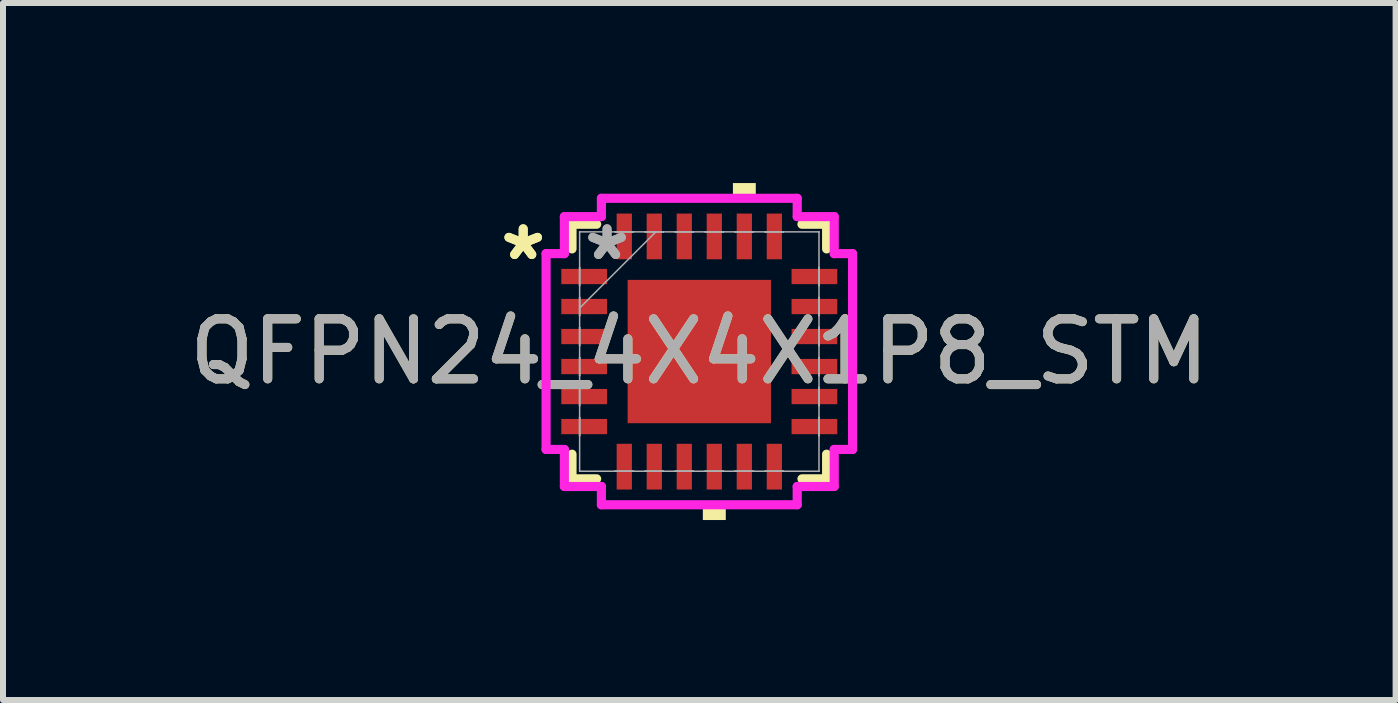
<source format=kicad_pcb>
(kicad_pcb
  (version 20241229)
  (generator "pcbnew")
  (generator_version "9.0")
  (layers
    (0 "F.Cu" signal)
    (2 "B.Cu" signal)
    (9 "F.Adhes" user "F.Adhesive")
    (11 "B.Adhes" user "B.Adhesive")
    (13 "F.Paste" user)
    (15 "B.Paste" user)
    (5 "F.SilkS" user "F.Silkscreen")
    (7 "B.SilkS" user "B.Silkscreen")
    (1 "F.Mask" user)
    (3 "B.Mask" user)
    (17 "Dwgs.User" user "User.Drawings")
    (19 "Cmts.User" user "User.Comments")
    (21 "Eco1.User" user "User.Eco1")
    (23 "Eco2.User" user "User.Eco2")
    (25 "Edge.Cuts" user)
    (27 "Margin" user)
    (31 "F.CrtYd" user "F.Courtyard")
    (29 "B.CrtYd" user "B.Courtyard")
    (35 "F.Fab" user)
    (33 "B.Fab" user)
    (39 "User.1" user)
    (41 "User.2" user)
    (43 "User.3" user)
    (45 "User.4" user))
  (footprint "QFPN24_4X4X1P8_STM"
    (layer "F.Cu")
    (at 8.601 2.807)
    (property "Reference" "QFPN24_4X4X1P8_STM" (at 0 0 0) (unlocked yes) (layer "F.SilkS") (effects (font (size 1 1) (thickness 0.15))))
    (attr smd)
    (fp_line (start -2.121 -2.121) (end -2.121 -1.71) (stroke (width 0.152) (type solid)) (layer "F.SilkS"))
    (fp_line (start -2.121 1.71) (end -2.121 2.121) (stroke (width 0.152) (type solid)) (layer "F.SilkS"))
    (fp_line (start -2.121 2.121) (end -1.71 2.121) (stroke (width 0.152) (type solid)) (layer "F.SilkS"))
    (fp_line (start -1.71 -2.121) (end -2.121 -2.121) (stroke (width 0.152) (type solid)) (layer "F.SilkS"))
    (fp_line (start 1.71 2.121) (end 2.121 2.121) (stroke (width 0.152) (type solid)) (layer "F.SilkS"))
    (fp_line (start 2.121 -2.121) (end 1.71 -2.121) (stroke (width 0.152) (type solid)) (layer "F.SilkS"))
    (fp_line (start 2.121 -1.71) (end 2.121 -2.121) (stroke (width 0.152) (type solid)) (layer "F.SilkS"))
    (fp_line (start 2.121 2.121) (end 2.121 1.71) (stroke (width 0.152) (type solid)) (layer "F.SilkS"))
    (fp_poly (pts (xy 0.059 2.553) (xy 0.059 2.807) (xy 0.441 2.807) (xy 0.441 2.553)) (stroke (width 0) (type solid)) (fill yes) (layer "F.SilkS"))
    (fp_poly (pts (xy 0.56 -2.553) (xy 0.56 -2.807) (xy 0.941 -2.807) (xy 0.941 -2.553)) (stroke (width 0) (type solid)) (fill yes) (layer "F.SilkS"))
    (fp_line (start -2.553 -1.631) (end -2.248 -1.631) (stroke (width 0.152) (type solid)) (layer "F.CrtYd"))
    (fp_line (start -2.553 1.631) (end -2.553 -1.631) (stroke (width 0.152) (type solid)) (layer "F.CrtYd"))
    (fp_line (start -2.248 -2.248) (end -1.631 -2.248) (stroke (width 0.152) (type solid)) (layer "F.CrtYd"))
    (fp_line (start -2.248 -1.631) (end -2.248 -2.248) (stroke (width 0.152) (type solid)) (layer "F.CrtYd"))
    (fp_line (start -2.248 1.631) (end -2.553 1.631) (stroke (width 0.152) (type solid)) (layer "F.CrtYd"))
    (fp_line (start -2.248 2.248) (end -2.248 1.631) (stroke (width 0.152) (type solid)) (layer "F.CrtYd"))
    (fp_line (start -1.631 -2.553) (end 1.631 -2.553) (stroke (width 0.152) (type solid)) (layer "F.CrtYd"))
    (fp_line (start -1.631 -2.248) (end -1.631 -2.553) (stroke (width 0.152) (type solid)) (layer "F.CrtYd"))
    (fp_line (start -1.631 2.248) (end -2.248 2.248) (stroke (width 0.152) (type solid)) (layer "F.CrtYd"))
    (fp_line (start -1.631 2.553) (end -1.631 2.248) (stroke (width 0.152) (type solid)) (layer "F.CrtYd"))
    (fp_line (start 1.631 -2.553) (end 1.631 -2.248) (stroke (width 0.152) (type solid)) (layer "F.CrtYd"))
    (fp_line (start 1.631 -2.248) (end 2.248 -2.248) (stroke (width 0.152) (type solid)) (layer "F.CrtYd"))
    (fp_line (start 1.631 2.248) (end 1.631 2.553) (stroke (width 0.152) (type solid)) (layer "F.CrtYd"))
    (fp_line (start 1.631 2.553) (end -1.631 2.553) (stroke (width 0.152) (type solid)) (layer "F.CrtYd"))
    (fp_line (start 2.248 -2.248) (end 2.248 -1.631) (stroke (width 0.152) (type solid)) (layer "F.CrtYd"))
    (fp_line (start 2.248 -1.631) (end 2.553 -1.631) (stroke (width 0.152) (type solid)) (layer "F.CrtYd"))
    (fp_line (start 2.248 1.631) (end 2.248 2.248) (stroke (width 0.152) (type solid)) (layer "F.CrtYd"))
    (fp_line (start 2.248 2.248) (end 1.631 2.248) (stroke (width 0.152) (type solid)) (layer "F.CrtYd"))
    (fp_line (start 2.553 -1.631) (end 2.553 1.631) (stroke (width 0.152) (type solid)) (layer "F.CrtYd"))
    (fp_line (start 2.553 1.631) (end 2.248 1.631) (stroke (width 0.152) (type solid)) (layer "F.CrtYd"))
    (fp_line (start -1.994 -1.994) (end -1.994 -1.994) (stroke (width 0.025) (type solid)) (layer "F.Fab"))
    (fp_line (start -1.994 -1.994) (end -1.994 1.994) (stroke (width 0.025) (type solid)) (layer "F.Fab"))
    (fp_line (start -1.994 -1.402) (end -1.994 -1.402) (stroke (width 0.025) (type solid)) (layer "F.Fab"))
    (fp_line (start -1.994 -1.402) (end -1.994 -1.098) (stroke (width 0.025) (type solid)) (layer "F.Fab"))
    (fp_line (start -1.994 -1.098) (end -1.994 -1.402) (stroke (width 0.025) (type solid)) (layer "F.Fab"))
    (fp_line (start -1.994 -1.098) (end -1.994 -1.098) (stroke (width 0.025) (type solid)) (layer "F.Fab"))
    (fp_line (start -1.994 -0.902) (end -1.994 -0.902) (stroke (width 0.025) (type solid)) (layer "F.Fab"))
    (fp_line (start -1.994 -0.902) (end -1.994 -0.598) (stroke (width 0.025) (type solid)) (layer "F.Fab"))
    (fp_line (start -1.994 -0.724) (end -0.724 -1.994) (stroke (width 0.025) (type solid)) (layer "F.Fab"))
    (fp_line (start -1.994 -0.598) (end -1.994 -0.902) (stroke (width 0.025) (type solid)) (layer "F.Fab"))
    (fp_line (start -1.994 -0.598) (end -1.994 -0.598) (stroke (width 0.025) (type solid)) (layer "F.Fab"))
    (fp_line (start -1.994 -0.402) (end -1.994 -0.402) (stroke (width 0.025) (type solid)) (layer "F.Fab"))
    (fp_line (start -1.994 -0.402) (end -1.994 -0.098) (stroke (width 0.025) (type solid)) (layer "F.Fab"))
    (fp_line (start -1.994 -0.098) (end -1.994 -0.402) (stroke (width 0.025) (type solid)) (layer "F.Fab"))
    (fp_line (start -1.994 -0.098) (end -1.994 -0.098) (stroke (width 0.025) (type solid)) (layer "F.Fab"))
    (fp_line (start -1.994 0.098) (end -1.994 0.098) (stroke (width 0.025) (type solid)) (layer "F.Fab"))
    (fp_line (start -1.994 0.098) (end -1.994 0.402) (stroke (width 0.025) (type solid)) (layer "F.Fab"))
    (fp_line (start -1.994 0.402) (end -1.994 0.098) (stroke (width 0.025) (type solid)) (layer "F.Fab"))
    (fp_line (start -1.994 0.402) (end -1.994 0.402) (stroke (width 0.025) (type solid)) (layer "F.Fab"))
    (fp_line (start -1.994 0.598) (end -1.994 0.598) (stroke (width 0.025) (type solid)) (layer "F.Fab"))
    (fp_line (start -1.994 0.598) (end -1.994 0.902) (stroke (width 0.025) (type solid)) (layer "F.Fab"))
    (fp_line (start -1.994 0.902) (end -1.994 0.598) (stroke (width 0.025) (type solid)) (layer "F.Fab"))
    (fp_line (start -1.994 0.902) (end -1.994 0.902) (stroke (width 0.025) (type solid)) (layer "F.Fab"))
    (fp_line (start -1.994 1.098) (end -1.994 1.098) (stroke (width 0.025) (type solid)) (layer "F.Fab"))
    (fp_line (start -1.994 1.098) (end -1.994 1.402) (stroke (width 0.025) (type solid)) (layer "F.Fab"))
    (fp_line (start -1.994 1.402) (end -1.994 1.098) (stroke (width 0.025) (type solid)) (layer "F.Fab"))
    (fp_line (start -1.994 1.402) (end -1.994 1.402) (stroke (width 0.025) (type solid)) (layer "F.Fab"))
    (fp_line (start -1.994 1.994) (end -1.994 1.994) (stroke (width 0.025) (type solid)) (layer "F.Fab"))
    (fp_line (start -1.994 1.994) (end 1.994 1.994) (stroke (width 0.025) (type solid)) (layer "F.Fab"))
    (fp_line (start -1.402 -1.994) (end -1.402 -1.994) (stroke (width 0.025) (type solid)) (layer "F.Fab"))
    (fp_line (start -1.402 -1.994) (end -1.098 -1.994) (stroke (width 0.025) (type solid)) (layer "F.Fab"))
    (fp_line (start -1.402 1.994) (end -1.402 1.994) (stroke (width 0.025) (type solid)) (layer "F.Fab"))
    (fp_line (start -1.402 1.994) (end -1.098 1.994) (stroke (width 0.025) (type solid)) (layer "F.Fab"))
    (fp_line (start -1.098 -1.994) (end -1.402 -1.994) (stroke (width 0.025) (type solid)) (layer "F.Fab"))
    (fp_line (start -1.098 -1.994) (end -1.098 -1.994) (stroke (width 0.025) (type solid)) (layer "F.Fab"))
    (fp_line (start -1.098 1.994) (end -1.402 1.994) (stroke (width 0.025) (type solid)) (layer "F.Fab"))
    (fp_line (start -1.098 1.994) (end -1.098 1.994) (stroke (width 0.025) (type solid)) (layer "F.Fab"))
    (fp_line (start -0.902 -1.994) (end -0.902 -1.994) (stroke (width 0.025) (type solid)) (layer "F.Fab"))
    (fp_line (start -0.902 -1.994) (end -0.598 -1.994) (stroke (width 0.025) (type solid)) (layer "F.Fab"))
    (fp_line (start -0.902 1.994) (end -0.902 1.994) (stroke (width 0.025) (type solid)) (layer "F.Fab"))
    (fp_line (start -0.902 1.994) (end -0.598 1.994) (stroke (width 0.025) (type solid)) (layer "F.Fab"))
    (fp_line (start -0.598 -1.994) (end -0.902 -1.994) (stroke (width 0.025) (type solid)) (layer "F.Fab"))
    (fp_line (start -0.598 -1.994) (end -0.598 -1.994) (stroke (width 0.025) (type solid)) (layer "F.Fab"))
    (fp_line (start -0.598 1.994) (end -0.902 1.994) (stroke (width 0.025) (type solid)) (layer "F.Fab"))
    (fp_line (start -0.598 1.994) (end -0.598 1.994) (stroke (width 0.025) (type solid)) (layer "F.Fab"))
    (fp_line (start -0.402 -1.994) (end -0.402 -1.994) (stroke (width 0.025) (type solid)) (layer "F.Fab"))
    (fp_line (start -0.402 -1.994) (end -0.098 -1.994) (stroke (width 0.025) (type solid)) (layer "F.Fab"))
    (fp_line (start -0.402 1.994) (end -0.402 1.994) (stroke (width 0.025) (type solid)) (layer "F.Fab"))
    (fp_line (start -0.402 1.994) (end -0.098 1.994) (stroke (width 0.025) (type solid)) (layer "F.Fab"))
    (fp_line (start -0.098 -1.994) (end -0.402 -1.994) (stroke (width 0.025) (type solid)) (layer "F.Fab"))
    (fp_line (start -0.098 -1.994) (end -0.098 -1.994) (stroke (width 0.025) (type solid)) (layer "F.Fab"))
    (fp_line (start -0.098 1.994) (end -0.402 1.994) (stroke (width 0.025) (type solid)) (layer "F.Fab"))
    (fp_line (start -0.098 1.994) (end -0.098 1.994) (stroke (width 0.025) (type solid)) (layer "F.Fab"))
    (fp_line (start 0.098 -1.994) (end 0.098 -1.994) (stroke (width 0.025) (type solid)) (layer "F.Fab"))
    (fp_line (start 0.098 -1.994) (end 0.402 -1.994) (stroke (width 0.025) (type solid)) (layer "F.Fab"))
    (fp_line (start 0.098 1.994) (end 0.098 1.994) (stroke (width 0.025) (type solid)) (layer "F.Fab"))
    (fp_line (start 0.098 1.994) (end 0.402 1.994) (stroke (width 0.025) (type solid)) (layer "F.Fab"))
    (fp_line (start 0.402 -1.994) (end 0.098 -1.994) (stroke (width 0.025) (type solid)) (layer "F.Fab"))
    (fp_line (start 0.402 -1.994) (end 0.402 -1.994) (stroke (width 0.025) (type solid)) (layer "F.Fab"))
    (fp_line (start 0.402 1.994) (end 0.098 1.994) (stroke (width 0.025) (type solid)) (layer "F.Fab"))
    (fp_line (start 0.402 1.994) (end 0.402 1.994) (stroke (width 0.025) (type solid)) (layer "F.Fab"))
    (fp_line (start 0.598 -1.994) (end 0.598 -1.994) (stroke (width 0.025) (type solid)) (layer "F.Fab"))
    (fp_line (start 0.598 -1.994) (end 0.902 -1.994) (stroke (width 0.025) (type solid)) (layer "F.Fab"))
    (fp_line (start 0.598 1.994) (end 0.598 1.994) (stroke (width 0.025) (type solid)) (layer "F.Fab"))
    (fp_line (start 0.598 1.994) (end 0.902 1.994) (stroke (width 0.025) (type solid)) (layer "F.Fab"))
    (fp_line (start 0.902 -1.994) (end 0.598 -1.994) (stroke (width 0.025) (type solid)) (layer "F.Fab"))
    (fp_line (start 0.902 -1.994) (end 0.902 -1.994) (stroke (width 0.025) (type solid)) (layer "F.Fab"))
    (fp_line (start 0.902 1.994) (end 0.598 1.994) (stroke (width 0.025) (type solid)) (layer "F.Fab"))
    (fp_line (start 0.902 1.994) (end 0.902 1.994) (stroke (width 0.025) (type solid)) (layer "F.Fab"))
    (fp_line (start 1.098 -1.994) (end 1.098 -1.994) (stroke (width 0.025) (type solid)) (layer "F.Fab"))
    (fp_line (start 1.098 -1.994) (end 1.402 -1.994) (stroke (width 0.025) (type solid)) (layer "F.Fab"))
    (fp_line (start 1.098 1.994) (end 1.098 1.994) (stroke (width 0.025) (type solid)) (layer "F.Fab"))
    (fp_line (start 1.098 1.994) (end 1.402 1.994) (stroke (width 0.025) (type solid)) (layer "F.Fab"))
    (fp_line (start 1.402 -1.994) (end 1.098 -1.994) (stroke (width 0.025) (type solid)) (layer "F.Fab"))
    (fp_line (start 1.402 -1.994) (end 1.402 -1.994) (stroke (width 0.025) (type solid)) (layer "F.Fab"))
    (fp_line (start 1.402 1.994) (end 1.098 1.994) (stroke (width 0.025) (type solid)) (layer "F.Fab"))
    (fp_line (start 1.402 1.994) (end 1.402 1.994) (stroke (width 0.025) (type solid)) (layer "F.Fab"))
    (fp_line (start 1.994 -1.994) (end -1.994 -1.994) (stroke (width 0.025) (type solid)) (layer "F.Fab"))
    (fp_line (start 1.994 -1.994) (end 1.994 -1.994) (stroke (width 0.025) (type solid)) (layer "F.Fab"))
    (fp_line (start 1.994 -1.402) (end 1.994 -1.402) (stroke (width 0.025) (type solid)) (layer "F.Fab"))
    (fp_line (start 1.994 -1.402) (end 1.994 -1.098) (stroke (width 0.025) (type solid)) (layer "F.Fab"))
    (fp_line (start 1.994 -1.098) (end 1.994 -1.402) (stroke (width 0.025) (type solid)) (layer "F.Fab"))
    (fp_line (start 1.994 -1.098) (end 1.994 -1.098) (stroke (width 0.025) (type solid)) (layer "F.Fab"))
    (fp_line (start 1.994 -0.902) (end 1.994 -0.902) (stroke (width 0.025) (type solid)) (layer "F.Fab"))
    (fp_line (start 1.994 -0.902) (end 1.994 -0.598) (stroke (width 0.025) (type solid)) (layer "F.Fab"))
    (fp_line (start 1.994 -0.598) (end 1.994 -0.902) (stroke (width 0.025) (type solid)) (layer "F.Fab"))
    (fp_line (start 1.994 -0.598) (end 1.994 -0.598) (stroke (width 0.025) (type solid)) (layer "F.Fab"))
    (fp_line (start 1.994 -0.402) (end 1.994 -0.402) (stroke (width 0.025) (type solid)) (layer "F.Fab"))
    (fp_line (start 1.994 -0.402) (end 1.994 -0.098) (stroke (width 0.025) (type solid)) (layer "F.Fab"))
    (fp_line (start 1.994 -0.098) (end 1.994 -0.402) (stroke (width 0.025) (type solid)) (layer "F.Fab"))
    (fp_line (start 1.994 -0.098) (end 1.994 -0.098) (stroke (width 0.025) (type solid)) (layer "F.Fab"))
    (fp_line (start 1.994 0.098) (end 1.994 0.098) (stroke (width 0.025) (type solid)) (layer "F.Fab"))
    (fp_line (start 1.994 0.098) (end 1.994 0.402) (stroke (width 0.025) (type solid)) (layer "F.Fab"))
    (fp_line (start 1.994 0.402) (end 1.994 0.098) (stroke (width 0.025) (type solid)) (layer "F.Fab"))
    (fp_line (start 1.994 0.402) (end 1.994 0.402) (stroke (width 0.025) (type solid)) (layer "F.Fab"))
    (fp_line (start 1.994 0.598) (end 1.994 0.598) (stroke (width 0.025) (type solid)) (layer "F.Fab"))
    (fp_line (start 1.994 0.598) (end 1.994 0.902) (stroke (width 0.025) (type solid)) (layer "F.Fab"))
    (fp_line (start 1.994 0.902) (end 1.994 0.598) (stroke (width 0.025) (type solid)) (layer "F.Fab"))
    (fp_line (start 1.994 0.902) (end 1.994 0.902) (stroke (width 0.025) (type solid)) (layer "F.Fab"))
    (fp_line (start 1.994 1.098) (end 1.994 1.098) (stroke (width 0.025) (type solid)) (layer "F.Fab"))
    (fp_line (start 1.994 1.098) (end 1.994 1.402) (stroke (width 0.025) (type solid)) (layer "F.Fab"))
    (fp_line (start 1.994 1.402) (end 1.994 1.098) (stroke (width 0.025) (type solid)) (layer "F.Fab"))
    (fp_line (start 1.994 1.402) (end 1.994 1.402) (stroke (width 0.025) (type solid)) (layer "F.Fab"))
    (fp_line (start 1.994 1.994) (end 1.994 -1.994) (stroke (width 0.025) (type solid)) (layer "F.Fab"))
    (fp_line (start 1.994 1.994) (end 1.994 1.994) (stroke (width 0.025) (type solid)) (layer "F.Fab"))
    (fp_text user "*" (at -2.934 -1.5 0) (layer "F.SilkS") (effects (font (size 1 1) (thickness 0.15))))
    (fp_text user "*" (at -2.934 -1.5 0) (unlocked yes) (layer "F.SilkS") (effects (font (size 1 1) (thickness 0.15))))
    (fp_text user "${REFERENCE}" (at 0 0 0) (unlocked yes) (layer "F.Fab") (effects (font (size 1 1) (thickness 0.15))))
    (fp_text user "*" (at -1.537 -1.5 0) (unlocked yes) (layer "F.Fab") (effects (font (size 1 1) (thickness 0.15))))
    (fp_text user "*" (at -1.537 -1.5 0) (layer "F.Fab") (effects (font (size 1 1) (thickness 0.15))))
    (pad "1" smd rect (at -1.918 -1.25 90) (size 0.254 0.762) (layers "F.Cu" "F.Mask" "F.Paste"))
    (pad "2" smd rect (at -1.918 -0.75 90) (size 0.254 0.762) (layers "F.Cu" "F.Mask" "F.Paste"))
    (pad "3" smd rect (at -1.918 -0.25 90) (size 0.254 0.762) (layers "F.Cu" "F.Mask" "F.Paste"))
    (pad "4" smd rect (at -1.918 0.25 90) (size 0.254 0.762) (layers "F.Cu" "F.Mask" "F.Paste"))
    (pad "5" smd rect (at -1.918 0.75 90) (size 0.254 0.762) (layers "F.Cu" "F.Mask" "F.Paste"))
    (pad "6" smd rect (at -1.918 1.25 90) (size 0.254 0.762) (layers "F.Cu" "F.Mask" "F.Paste"))
    (pad "7" smd rect (at -1.25 1.918) (size 0.254 0.762) (layers "F.Cu" "F.Mask" "F.Paste"))
    (pad "8" smd rect (at -0.75 1.918) (size 0.254 0.762) (layers "F.Cu" "F.Mask" "F.Paste"))
    (pad "9" smd rect (at -0.25 1.918) (size 0.254 0.762) (layers "F.Cu" "F.Mask" "F.Paste"))
    (pad "10" smd rect (at 0.25 1.918) (size 0.254 0.762) (layers "F.Cu" "F.Mask" "F.Paste"))
    (pad "11" smd rect (at 0.75 1.918) (size 0.254 0.762) (layers "F.Cu" "F.Mask" "F.Paste"))
    (pad "12" smd rect (at 1.25 1.918) (size 0.254 0.762) (layers "F.Cu" "F.Mask" "F.Paste"))
    (pad "13" smd rect (at 1.918 1.25 90) (size 0.254 0.762) (layers "F.Cu" "F.Mask" "F.Paste"))
    (pad "14" smd rect (at 1.918 0.75 90) (size 0.254 0.762) (layers "F.Cu" "F.Mask" "F.Paste"))
    (pad "15" smd rect (at 1.918 0.25 90) (size 0.254 0.762) (layers "F.Cu" "F.Mask" "F.Paste"))
    (pad "16" smd rect (at 1.918 -0.25 90) (size 0.254 0.762) (layers "F.Cu" "F.Mask" "F.Paste"))
    (pad "17" smd rect (at 1.918 -0.75 90) (size 0.254 0.762) (layers "F.Cu" "F.Mask" "F.Paste"))
    (pad "18" smd rect (at 1.918 -1.25 90) (size 0.254 0.762) (layers "F.Cu" "F.Mask" "F.Paste"))
    (pad "19" smd rect (at 1.25 -1.918) (size 0.254 0.762) (layers "F.Cu" "F.Mask" "F.Paste"))
    (pad "20" smd rect (at 0.75 -1.918) (size 0.254 0.762) (layers "F.Cu" "F.Mask" "F.Paste"))
    (pad "21" smd rect (at 0.25 -1.918) (size 0.254 0.762) (layers "F.Cu" "F.Mask" "F.Paste"))
    (pad "22" smd rect (at -0.25 -1.918) (size 0.254 0.762) (layers "F.Cu" "F.Mask" "F.Paste"))
    (pad "23" smd rect (at -0.75 -1.918) (size 0.254 0.762) (layers "F.Cu" "F.Mask" "F.Paste"))
    (pad "24" smd rect (at -1.25 -1.918) (size 0.254 0.762) (layers "F.Cu" "F.Mask" "F.Paste"))
    (pad "25" smd rect (at 0 0) (size 2.388 2.388) (layers "F.Cu" "F.Mask" "F.Paste")))
  (gr_rect
    (start -3 -3)
    (end 20.202 8.613)
    (stroke (width 0.1) (type default))
    (fill no)
    (layer "Edge.Cuts")))
</source>
